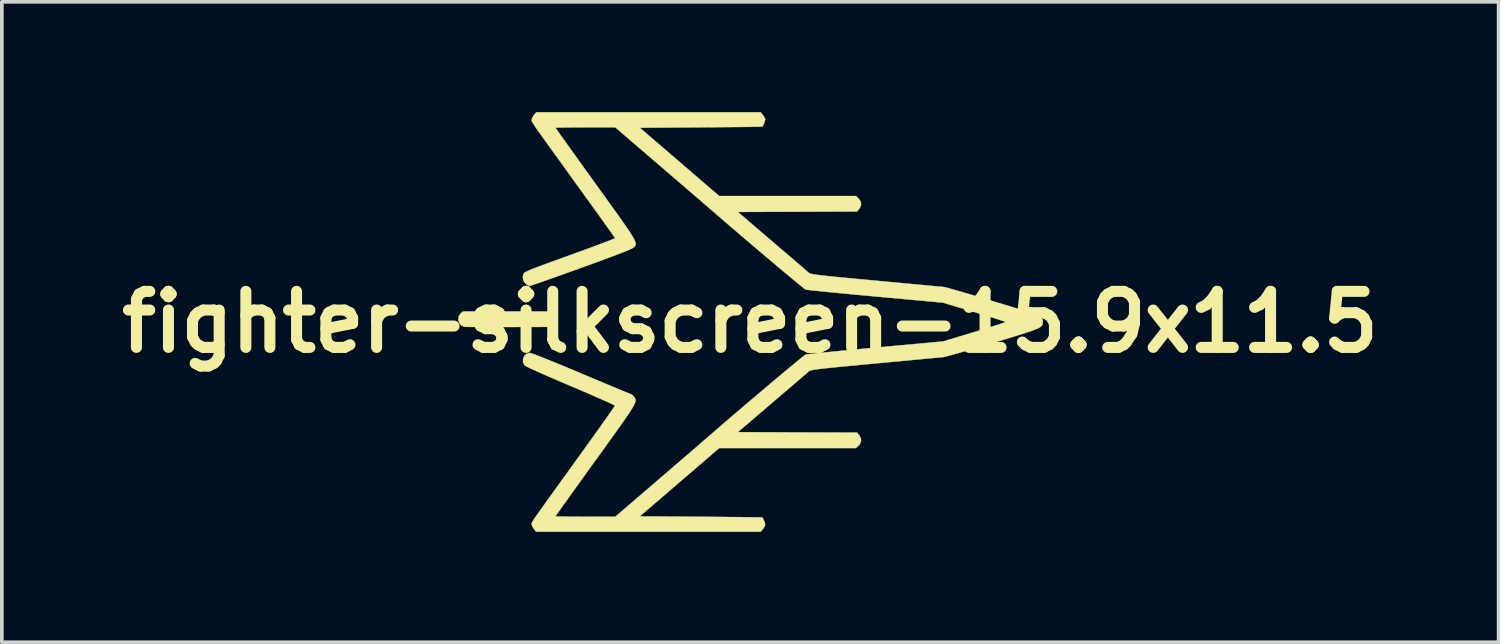
<source format=kicad_pcb>
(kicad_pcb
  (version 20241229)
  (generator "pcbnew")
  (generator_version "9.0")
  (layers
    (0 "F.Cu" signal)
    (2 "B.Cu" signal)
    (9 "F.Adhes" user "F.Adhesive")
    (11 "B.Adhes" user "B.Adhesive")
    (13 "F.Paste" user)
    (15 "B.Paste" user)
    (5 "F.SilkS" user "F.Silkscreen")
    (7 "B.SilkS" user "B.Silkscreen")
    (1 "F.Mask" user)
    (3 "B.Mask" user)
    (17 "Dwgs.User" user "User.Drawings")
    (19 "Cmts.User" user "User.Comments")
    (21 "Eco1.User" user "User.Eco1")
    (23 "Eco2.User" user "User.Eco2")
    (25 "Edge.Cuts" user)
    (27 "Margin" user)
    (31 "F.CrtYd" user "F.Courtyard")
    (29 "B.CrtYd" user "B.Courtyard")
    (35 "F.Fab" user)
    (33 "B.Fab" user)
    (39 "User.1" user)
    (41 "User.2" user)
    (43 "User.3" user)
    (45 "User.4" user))
  (footprint "fighter-silkscreen-15.9x11.5"
    (layer "F.Cu")
    (at 17.352 5.708)
    (property "Reference" "fighter-silkscreen-15.9x11.5" (at 0 0 0) (layer "F.SilkS") (effects (font (size 1.524 1.524) (thickness 0.3))))
    (attr through_hole)
    (fp_poly (pts (xy -5.45 -0.229) (xy -5.401 -0.149) (xy -5.39 -0.057) (xy -5.418 0.03) (xy -5.453 0.074) (xy -5.515 0.132) (xy -6.621 0.135) (xy -6.849 0.135) (xy -7.063 0.135) (xy -7.258 0.135) (xy -7.429 0.134) (xy -7.572 0.133) (xy -7.682 0.131) (xy -7.753 0.129) (xy -7.779 0.128) (xy -7.858 0.09) (xy -7.912 0.024) (xy -7.938 -0.059) (xy -7.931 -0.144) (xy -7.888 -0.218) (xy -7.875 -0.231) (xy -7.809 -0.288) (xy -5.509 -0.288) (xy -5.45 -0.229)) (stroke (width 0.01) (type solid)) (fill yes) (layer "F.SilkS"))
    (fp_poly (pts (xy 0.345 -5.629) (xy 0.385 -5.57) (xy 0.406 -5.517) (xy 0.407 -5.508) (xy 0.397 -5.461) (xy 0.373 -5.395) (xy 0.345 -5.337) (xy 0.329 -5.314) (xy 0.305 -5.313) (xy 0.236 -5.312) (xy 0.128 -5.31) (xy -0.017 -5.308) (xy -0.194 -5.306) (xy -0.4 -5.304) (xy -0.631 -5.302) (xy -0.882 -5.3) (xy -1.151 -5.298) (xy -1.34 -5.296) (xy -3.004 -5.284) (xy -0.844 -3.427) (xy 2.879 -3.427) (xy 2.949 -3.357) (xy 3.006 -3.273) (xy 3.016 -3.185) (xy 2.979 -3.097) (xy 2.961 -3.074) (xy 2.904 -3.007) (xy -0.338 -2.994) (xy 0.604 -2.188) (xy 0.787 -2.031) (xy 0.961 -1.883) (xy 1.121 -1.746) (xy 1.264 -1.623) (xy 1.387 -1.518) (xy 1.485 -1.434) (xy 1.554 -1.373) (xy 1.593 -1.34) (xy 1.597 -1.336) (xy 1.611 -1.327) (xy 1.633 -1.318) (xy 1.666 -1.309) (xy 1.714 -1.3) (xy 1.78 -1.289) (xy 1.867 -1.278) (xy 1.978 -1.265) (xy 2.117 -1.25) (xy 2.287 -1.232) (xy 2.49 -1.212) (xy 2.732 -1.189) (xy 3.013 -1.163) (xy 3.339 -1.132) (xy 3.419 -1.125) (xy 3.707 -1.098) (xy 3.983 -1.072) (xy 4.243 -1.048) (xy 4.482 -1.026) (xy 4.698 -1.006) (xy 4.885 -0.988) (xy 5.04 -0.974) (xy 5.159 -0.963) (xy 5.237 -0.955) (xy 5.272 -0.952) (xy 5.31 -0.943) (xy 5.39 -0.922) (xy 5.506 -0.889) (xy 5.655 -0.847) (xy 5.831 -0.796) (xy 6.031 -0.737) (xy 6.249 -0.672) (xy 6.481 -0.603) (xy 6.602 -0.566) (xy 6.885 -0.481) (xy 7.125 -0.408) (xy 7.327 -0.345) (xy 7.492 -0.293) (xy 7.626 -0.248) (xy 7.732 -0.21) (xy 7.812 -0.177) (xy 7.87 -0.147) (xy 7.91 -0.12) (xy 7.935 -0.094) (xy 7.949 -0.067) (xy 7.954 -0.038) (xy 7.955 -0.005) (xy 7.955 0) (xy 7.955 0.033) (xy 7.95 0.063) (xy 7.938 0.09) (xy 7.914 0.116) (xy 7.877 0.143) (xy 7.822 0.172) (xy 7.745 0.204) (xy 7.644 0.241) (xy 7.515 0.285) (xy 7.354 0.337) (xy 7.158 0.397) (xy 6.924 0.469) (xy 6.648 0.552) (xy 6.602 0.566) (xy 6.363 0.638) (xy 6.136 0.705) (xy 5.924 0.767) (xy 5.733 0.823) (xy 5.566 0.87) (xy 5.429 0.908) (xy 5.327 0.935) (xy 5.263 0.95) (xy 5.248 0.953) (xy 5.207 0.957) (xy 5.122 0.965) (xy 4.997 0.976) (xy 4.837 0.991) (xy 4.645 1.009) (xy 4.426 1.03) (xy 4.184 1.053) (xy 3.922 1.077) (xy 3.645 1.103) (xy 3.395 1.126) (xy 3.061 1.158) (xy 2.772 1.185) (xy 2.525 1.209) (xy 2.315 1.229) (xy 2.14 1.247) (xy 1.997 1.262) (xy 1.881 1.276) (xy 1.791 1.287) (xy 1.722 1.298) (xy 1.672 1.308) (xy 1.637 1.317) (xy 1.613 1.326) (xy 1.599 1.335) (xy 1.598 1.336) (xy 1.57 1.36) (xy 1.509 1.413) (xy 1.419 1.49) (xy 1.304 1.589) (xy 1.167 1.707) (xy 1.011 1.84) (xy 0.841 1.985) (xy 0.66 2.14) (xy 0.604 2.188) (xy -0.338 2.994) (xy 1.283 3.001) (xy 2.904 3.007) (xy 2.961 3.074) (xy 3.011 3.162) (xy 3.014 3.25) (xy 2.968 3.335) (xy 2.949 3.357) (xy 2.879 3.427) (xy -0.844 3.427) (xy -3.005 5.284) (xy -1.341 5.296) (xy -1.063 5.298) (xy -0.799 5.3) (xy -0.554 5.303) (xy -0.331 5.305) (xy -0.134 5.307) (xy 0.033 5.309) (xy 0.167 5.31) (xy 0.263 5.312) (xy 0.317 5.313) (xy 0.329 5.314) (xy 0.355 5.356) (xy 0.383 5.419) (xy 0.403 5.481) (xy 0.407 5.508) (xy 0.393 5.557) (xy 0.356 5.616) (xy 0.345 5.629) (xy 0.283 5.703) (xy -5.819 5.703) (xy -5.881 5.629) (xy -5.921 5.568) (xy -5.942 5.511) (xy -5.943 5.501) (xy -5.943 5.491) (xy -5.944 5.481) (xy -5.942 5.471) (xy -5.937 5.456) (xy -5.926 5.436) (xy -5.909 5.406) (xy -5.882 5.365) (xy -5.845 5.31) (xy -5.796 5.239) (xy -5.732 5.15) (xy -5.653 5.038) (xy -5.556 4.903) (xy -5.44 4.742) (xy -5.303 4.552) (xy -5.144 4.33) (xy -4.959 4.075) (xy -4.749 3.783) (xy -4.745 3.777) (xy -4.574 3.541) (xy -4.412 3.315) (xy -4.261 3.104) (xy -4.122 2.91) (xy -3.998 2.735) (xy -3.892 2.585) (xy -3.804 2.46) (xy -3.738 2.365) (xy -3.695 2.302) (xy -3.678 2.274) (xy -3.678 2.273) (xy -3.7 2.26) (xy -3.761 2.229) (xy -3.859 2.183) (xy -3.989 2.125) (xy -4.148 2.055) (xy -4.33 1.975) (xy -4.533 1.887) (xy -4.752 1.794) (xy -4.888 1.736) (xy -5.165 1.618) (xy -5.411 1.512) (xy -5.626 1.418) (xy -5.806 1.338) (xy -5.95 1.272) (xy -6.055 1.222) (xy -6.12 1.187) (xy -6.14 1.172) (xy -6.178 1.094) (xy -6.178 1.009) (xy -6.148 0.931) (xy -6.091 0.87) (xy -6.014 0.84) (xy -5.993 0.839) (xy -5.958 0.848) (xy -5.884 0.874) (xy -5.773 0.916) (xy -5.63 0.972) (xy -5.459 1.041) (xy -5.264 1.12) (xy -5.049 1.209) (xy -4.818 1.305) (xy -4.589 1.402) (xy -4.35 1.503) (xy -4.124 1.597) (xy -3.915 1.685) (xy -3.727 1.764) (xy -3.564 1.831) (xy -3.429 1.887) (xy -3.327 1.929) (xy -3.261 1.956) (xy -3.235 1.965) (xy -3.235 1.965) (xy -3.208 1.982) (xy -3.168 2.024) (xy -3.163 2.031) (xy -3.144 2.055) (xy -3.129 2.078) (xy -3.12 2.103) (xy -3.117 2.133) (xy -3.124 2.17) (xy -3.141 2.216) (xy -3.17 2.275) (xy -3.213 2.349) (xy -3.271 2.44) (xy -3.346 2.552) (xy -3.439 2.688) (xy -3.552 2.849) (xy -3.687 3.038) (xy -3.846 3.259) (xy -4.029 3.514) (xy -4.212 3.766) (xy -4.384 4.004) (xy -4.547 4.231) (xy -4.7 4.444) (xy -4.84 4.639) (xy -4.965 4.814) (xy -5.074 4.966) (xy -5.163 5.091) (xy -5.231 5.188) (xy -5.276 5.252) (xy -5.295 5.281) (xy -5.296 5.282) (xy -5.273 5.285) (xy -5.207 5.288) (xy -5.105 5.291) (xy -4.971 5.293) (xy -4.811 5.294) (xy -4.631 5.295) (xy -4.483 5.296) (xy -3.67 5.296) (xy -2.452 4.249) (xy -2.24 4.067) (xy -2.036 3.892) (xy -1.843 3.725) (xy -1.663 3.571) (xy -1.502 3.432) (xy -1.362 3.311) (xy -1.246 3.211) (xy -1.159 3.136) (xy -1.103 3.087) (xy -1.09 3.076) (xy -0.951 2.955) (xy -0.794 2.819) (xy -0.62 2.669) (xy -0.435 2.51) (xy -0.241 2.345) (xy -0.042 2.175) (xy 0.159 2.005) (xy 0.358 1.836) (xy 0.552 1.672) (xy 0.738 1.516) (xy 0.911 1.371) (xy 1.07 1.239) (xy 1.209 1.124) (xy 1.326 1.027) (xy 1.417 0.953) (xy 1.479 0.905) (xy 1.509 0.884) (xy 1.51 0.883) (xy 1.543 0.878) (xy 1.619 0.869) (xy 1.736 0.856) (xy 1.89 0.84) (xy 2.076 0.822) (xy 2.29 0.801) (xy 2.53 0.777) (xy 2.791 0.753) (xy 3.069 0.727) (xy 3.36 0.7) (xy 3.408 0.695) (xy 5.247 0.527) (xy 6.098 0.271) (xy 6.29 0.212) (xy 6.468 0.158) (xy 6.625 0.109) (xy 6.757 0.067) (xy 6.858 0.033) (xy 6.924 0.01) (xy 6.949 -0.001) (xy 6.949 -0.001) (xy 6.927 -0.011) (xy 6.864 -0.034) (xy 6.765 -0.066) (xy 6.635 -0.107) (xy 6.48 -0.156) (xy 6.304 -0.21) (xy 6.112 -0.268) (xy 6.096 -0.272) (xy 5.243 -0.528) (xy 3.406 -0.696) (xy 3.113 -0.723) (xy 2.833 -0.749) (xy 2.569 -0.774) (xy 2.326 -0.797) (xy 2.107 -0.819) (xy 1.917 -0.838) (xy 1.758 -0.854) (xy 1.635 -0.867) (xy 1.552 -0.877) (xy 1.512 -0.883) (xy 1.51 -0.883) (xy 1.483 -0.901) (xy 1.424 -0.948) (xy 1.335 -1.02) (xy 1.219 -1.115) (xy 1.08 -1.231) (xy 0.92 -1.364) (xy 0.744 -1.511) (xy 0.555 -1.671) (xy 0.355 -1.84) (xy 0.147 -2.016) (xy -0.064 -2.195) (xy -0.275 -2.376) (xy -0.484 -2.555) (xy -0.687 -2.729) (xy -0.881 -2.897) (xy -1.063 -3.054) (xy -1.09 -3.078) (xy -1.133 -3.115) (xy -1.209 -3.18) (xy -1.314 -3.271) (xy -1.445 -3.384) (xy -1.599 -3.516) (xy -1.772 -3.665) (xy -1.96 -3.827) (xy -2.161 -3.999) (xy -2.37 -4.179) (xy -2.452 -4.249) (xy -3.67 -5.296) (xy -4.483 -5.296) (xy -4.675 -5.295) (xy -4.85 -5.294) (xy -5.005 -5.293) (xy -5.132 -5.29) (xy -5.226 -5.288) (xy -5.282 -5.285) (xy -5.296 -5.283) (xy -5.282 -5.262) (xy -5.242 -5.205) (xy -5.179 -5.115) (xy -5.094 -4.995) (xy -4.989 -4.849) (xy -4.867 -4.678) (xy -4.73 -4.487) (xy -4.58 -4.277) (xy -4.418 -4.053) (xy -4.248 -3.816) (xy -4.205 -3.757) (xy -3.999 -3.471) (xy -3.819 -3.22) (xy -3.663 -3.003) (xy -3.531 -2.818) (xy -3.42 -2.66) (xy -3.329 -2.528) (xy -3.257 -2.419) (xy -3.201 -2.33) (xy -3.161 -2.259) (xy -3.134 -2.203) (xy -3.119 -2.159) (xy -3.115 -2.125) (xy -3.119 -2.098) (xy -3.13 -2.074) (xy -3.147 -2.053) (xy -3.168 -2.031) (xy -3.169 -2.03) (xy -3.195 -2.012) (xy -3.25 -1.985) (xy -3.334 -1.948) (xy -3.451 -1.901) (xy -3.602 -1.842) (xy -3.79 -1.771) (xy -4.017 -1.687) (xy -4.284 -1.589) (xy -4.593 -1.477) (xy -4.838 -1.389) (xy -5.07 -1.306) (xy -5.286 -1.229) (xy -5.48 -1.16) (xy -5.65 -1.1) (xy -5.79 -1.051) (xy -5.898 -1.014) (xy -5.969 -0.991) (xy -5.999 -0.982) (xy -5.999 -0.982) (xy -6.039 -0.997) (xy -6.094 -1.033) (xy -6.109 -1.044) (xy -6.167 -1.123) (xy -6.185 -1.219) (xy -6.167 -1.305) (xy -6.16 -1.32) (xy -6.146 -1.335) (xy -6.122 -1.352) (xy -6.085 -1.372) (xy -6.032 -1.397) (xy -5.959 -1.428) (xy -5.862 -1.466) (xy -5.738 -1.513) (xy -5.584 -1.571) (xy -5.396 -1.639) (xy -5.171 -1.721) (xy -4.905 -1.817) (xy -4.823 -1.847) (xy -4.599 -1.928) (xy -4.39 -2.005) (xy -4.2 -2.075) (xy -4.033 -2.138) (xy -3.892 -2.191) (xy -3.783 -2.234) (xy -3.709 -2.264) (xy -3.675 -2.28) (xy -3.673 -2.282) (xy -3.687 -2.304) (xy -3.728 -2.362) (xy -3.792 -2.452) (xy -3.878 -2.572) (xy -3.983 -2.719) (xy -4.105 -2.89) (xy -4.243 -3.081) (xy -4.393 -3.29) (xy -4.554 -3.513) (xy -4.724 -3.748) (xy -4.745 -3.777) (xy -4.956 -4.07) (xy -5.14 -4.326) (xy -5.301 -4.548) (xy -5.438 -4.739) (xy -5.554 -4.901) (xy -5.652 -5.036) (xy -5.731 -5.148) (xy -5.795 -5.238) (xy -5.844 -5.309) (xy -5.882 -5.364) (xy -5.908 -5.405) (xy -5.926 -5.435) (xy -5.937 -5.456) (xy -5.942 -5.471) (xy -5.943 -5.481) (xy -5.943 -5.491) (xy -5.943 -5.501) (xy -5.943 -5.501) (xy -5.928 -5.554) (xy -5.891 -5.617) (xy -5.881 -5.629) (xy -5.819 -5.703) (xy 0.283 -5.703) (xy 0.345 -5.629)) (stroke (width 0.01) (type solid)) (fill yes) (layer "F.SilkS")))
  (gr_rect
    (start -3 -3)
    (end 37.704 14.416)
    (stroke (width 0.1) (type default))
    (fill no)
    (layer "Edge.Cuts")))
</source>
